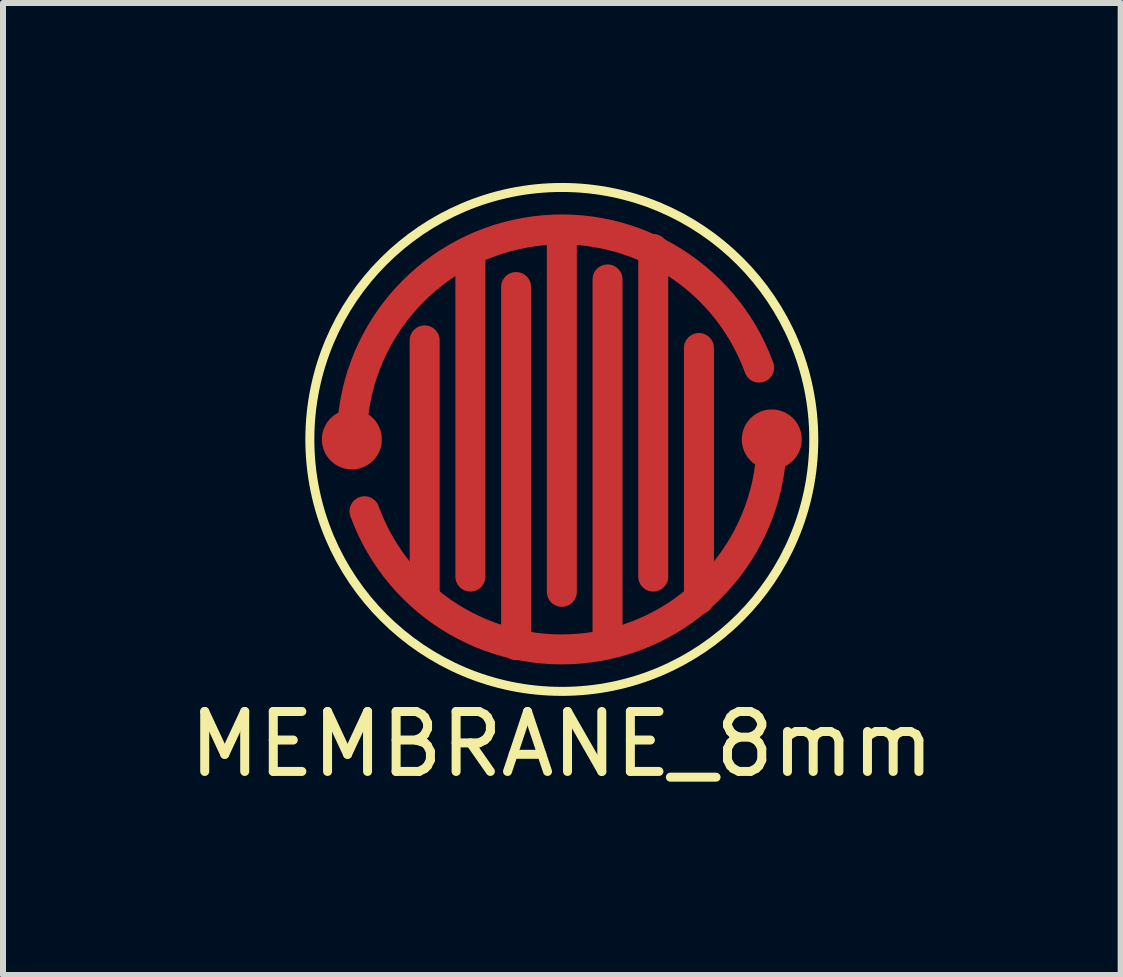
<source format=kicad_pcb>
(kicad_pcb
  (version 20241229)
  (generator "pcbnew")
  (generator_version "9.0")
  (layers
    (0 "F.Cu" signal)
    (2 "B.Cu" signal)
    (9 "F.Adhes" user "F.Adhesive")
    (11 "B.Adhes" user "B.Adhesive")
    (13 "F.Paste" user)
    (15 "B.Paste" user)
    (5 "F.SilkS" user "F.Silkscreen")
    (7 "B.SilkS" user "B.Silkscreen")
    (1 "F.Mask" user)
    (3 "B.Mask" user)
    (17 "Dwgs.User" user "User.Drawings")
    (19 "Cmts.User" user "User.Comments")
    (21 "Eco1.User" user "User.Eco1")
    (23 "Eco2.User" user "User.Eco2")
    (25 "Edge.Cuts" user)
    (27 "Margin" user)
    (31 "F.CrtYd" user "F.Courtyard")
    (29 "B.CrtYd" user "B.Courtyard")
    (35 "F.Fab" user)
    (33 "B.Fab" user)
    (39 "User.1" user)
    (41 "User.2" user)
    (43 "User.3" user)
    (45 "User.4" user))
  (footprint "MEMBRANE_8mm"
    (layer "F.Cu")
    (at 6.315 4.275)
    (property "Reference" "MEMBRANE_8mm" (at 0 5.08 0) (layer "F.SilkS") (effects (font (size 1 1) (thickness 0.15))))
    (attr through_hole)
    (fp_line (start -2.286 2.54) (end -2.286 -1.651) (stroke (width 0.5) (type solid)) (layer "F.Cu"))
    (fp_line (start -1.524 -3.048) (end -1.524 2.286) (stroke (width 0.5) (type solid)) (layer "F.Cu"))
    (fp_line (start -0.762 3.429) (end -0.762 -2.54) (stroke (width 0.5) (type solid)) (layer "F.Cu"))
    (fp_line (start 0 -3.429) (end 0 2.54) (stroke (width 0.5) (type solid)) (layer "F.Cu"))
    (fp_line (start 0.762 3.302) (end 0.762 -2.667) (stroke (width 0.5) (type solid)) (layer "F.Cu"))
    (fp_line (start 1.524 -3.175) (end 1.524 2.286) (stroke (width 0.5) (type solid)) (layer "F.Cu"))
    (fp_line (start 2.286 2.667) (end 2.286 -1.524) (stroke (width 0.5) (type solid)) (layer "F.Cu"))
    (fp_arc (start -3.5 0) (mid -0.607769 -3.446827) (end 3.288924 -1.197071) (stroke (width 0.5) (type solid)) (layer "F.Cu"))
    (fp_arc (start 3.5 0) (mid 0.607769 3.446827) (end -3.288924 1.197071) (stroke (width 0.5) (type solid)) (layer "F.Cu"))
    (fp_circle (center 0 0) (end 2 0) (stroke (width 4) (type solid)) (fill no) (layer "F.Mask"))
    (fp_circle (center 0 0) (end 4.2 0) (stroke (width 0.15) (type solid)) (fill no) (layer "F.SilkS"))
    (pad "1" smd circle (at -3.5 0) (size 1 1) (layers "F.Cu" "F.Mask" "F.Paste"))
    (pad "2" smd circle (at 3.5 0) (size 1 1) (layers "F.Cu" "F.Mask" "F.Paste")))
  (gr_rect
    (start -3 -3)
    (end 15.631 13.203)
    (stroke (width 0.1) (type default))
    (fill no)
    (layer "Edge.Cuts")))
</source>
